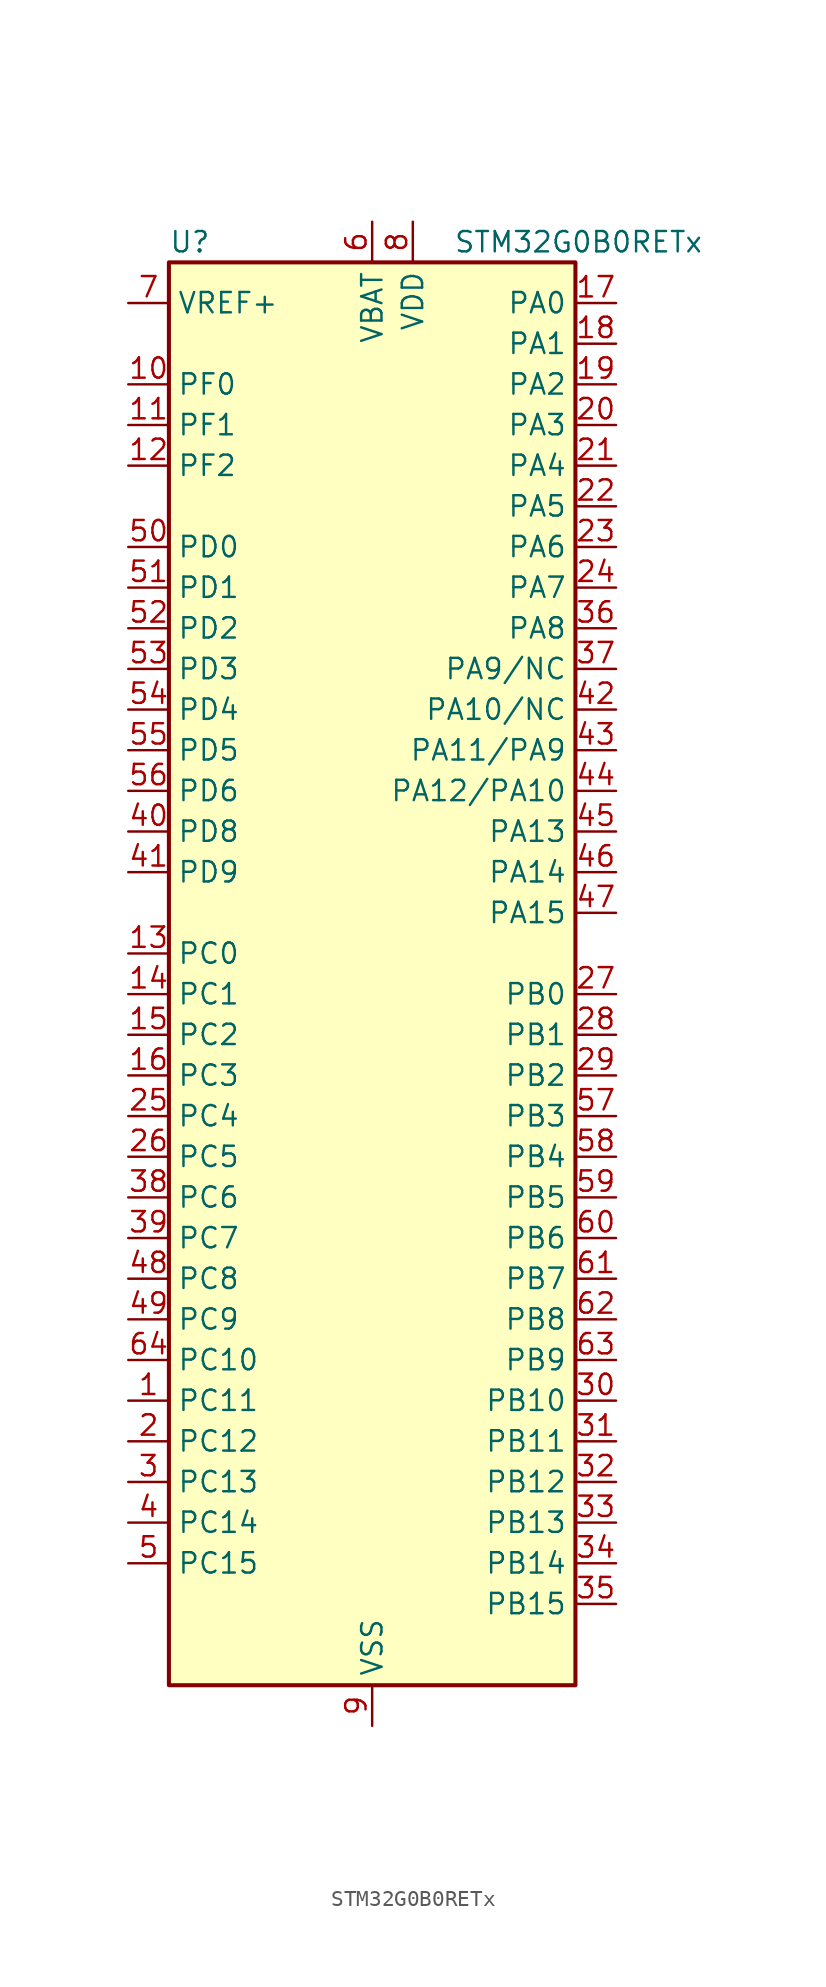
<source format=kicad_sym>
(kicad_symbol_lib
  (version 20211014)
  (generator kicad-library-utils)
  (symbol "STM32G0B0RETx"
    (property "Reference" "U"
      (at -12.7 46.99 0)
      (effects (font (size 1.27 1.27)) (justify left)))
    (property "Value" "STM32G0B0RETx"
      (at 5.08 46.99 0)
      (effects (font (size 1.27 1.27)) (justify left)))
    (property "ki_fp_filters" "LQFP*10x10mm*P0.5mm*"
      (at 0.0 0.0 0.0)
      (effects (font (size 1.27 1.27))))
    (symbol "STM32G0B0RETx_0_1"
      (rectangle (start -12.7 -43.18) (end 12.7 45.72) (stroke (width 0.254)) (fill (type background))))
    (symbol "STM32G0B0RETx_1_1"
      (pin input line (at -15.24 43.18 0) (length 2.54) (name "VREF+" (effects (font (size 1.27 1.27)))) (number "7" (effects (font (size 1.27 1.27)))))
      (pin bidirectional line (at -15.24 38.1 0) (length 2.54) (name "PF0" (effects (font (size 1.27 1.27)))) (number "10" (effects (font (size 1.27 1.27)))) (alternate "CRS1_SYNC" bidirectional line) (alternate "RCC_OSC_IN" bidirectional line) (alternate "TIM14_CH1" bidirectional line))
      (pin bidirectional line (at -15.24 35.56 0) (length 2.54) (name "PF1" (effects (font (size 1.27 1.27)))) (number "11" (effects (font (size 1.27 1.27)))) (alternate "RCC_OSC_EN" bidirectional line) (alternate "RCC_OSC_OUT" bidirectional line) (alternate "TIM15_CH1N" bidirectional line))
      (pin bidirectional line (at -15.24 33.02 0) (length 2.54) (name "PF2" (effects (font (size 1.27 1.27)))) (number "12" (effects (font (size 1.27 1.27)))) (alternate "RCC_MCO" bidirectional line))
      (pin bidirectional line (at -15.24 27.94 0) (length 2.54) (name "PD0" (effects (font (size 1.27 1.27)))) (number "50" (effects (font (size 1.27 1.27)))) (alternate "I2S2_WS" bidirectional line) (alternate "SPI2_NSS" bidirectional line) (alternate "TIM16_CH1" bidirectional line))
      (pin bidirectional line (at -15.24 25.4 0) (length 2.54) (name "PD1" (effects (font (size 1.27 1.27)))) (number "51" (effects (font (size 1.27 1.27)))) (alternate "I2S2_CK" bidirectional line) (alternate "SPI2_SCK" bidirectional line) (alternate "TIM17_CH1" bidirectional line))
      (pin bidirectional line (at -15.24 22.86 0) (length 2.54) (name "PD2" (effects (font (size 1.27 1.27)))) (number "52" (effects (font (size 1.27 1.27)))) (alternate "TIM1_CH1N" bidirectional line) (alternate "TIM3_ETR" bidirectional line) (alternate "USART3_CK" bidirectional line) (alternate "USART3_DE" bidirectional line) (alternate "USART3_RTS" bidirectional line) (alternate "USART5_RX" bidirectional line))
      (pin bidirectional line (at -15.24 20.32 0) (length 2.54) (name "PD3" (effects (font (size 1.27 1.27)))) (number "53" (effects (font (size 1.27 1.27)))) (alternate "I2S2_MCK" bidirectional line) (alternate "SPI2_MISO" bidirectional line) (alternate "TIM1_CH2N" bidirectional line) (alternate "USART2_CTS" bidirectional line) (alternate "USART2_NSS" bidirectional line) (alternate "USART5_TX" bidirectional line))
      (pin bidirectional line (at -15.24 17.78 0) (length 2.54) (name "PD4" (effects (font (size 1.27 1.27)))) (number "54" (effects (font (size 1.27 1.27)))) (alternate "I2S2_SD" bidirectional line) (alternate "SPI2_MOSI" bidirectional line) (alternate "TIM1_CH3N" bidirectional line) (alternate "USART2_CK" bidirectional line) (alternate "USART2_DE" bidirectional line) (alternate "USART2_RTS" bidirectional line) (alternate "USART5_CK" bidirectional line) (alternate "USART5_DE" bidirectional line) (alternate "USART5_RTS" bidirectional line))
      (pin bidirectional line (at -15.24 15.24 0) (length 2.54) (name "PD5" (effects (font (size 1.27 1.27)))) (number "55" (effects (font (size 1.27 1.27)))) (alternate "I2S1_MCK" bidirectional line) (alternate "SPI1_MISO" bidirectional line) (alternate "TIM1_BK" bidirectional line) (alternate "USART2_TX" bidirectional line) (alternate "USART5_CTS" bidirectional line) (alternate "USART5_NSS" bidirectional line))
      (pin bidirectional line (at -15.24 12.7 0) (length 2.54) (name "PD6" (effects (font (size 1.27 1.27)))) (number "56" (effects (font (size 1.27 1.27)))) (alternate "I2S1_SD" bidirectional line) (alternate "SPI1_MOSI" bidirectional line) (alternate "USART2_RX" bidirectional line))
      (pin bidirectional line (at -15.24 10.16 0) (length 2.54) (name "PD8" (effects (font (size 1.27 1.27)))) (number "40" (effects (font (size 1.27 1.27)))) (alternate "I2S1_CK" bidirectional line) (alternate "SPI1_SCK" bidirectional line) (alternate "USART3_TX" bidirectional line))
      (pin bidirectional line (at -15.24 7.62 0) (length 2.54) (name "PD9" (effects (font (size 1.27 1.27)))) (number "41" (effects (font (size 1.27 1.27)))) (alternate "I2S1_WS" bidirectional line) (alternate "SPI1_NSS" bidirectional line) (alternate "TIM1_BK2" bidirectional line) (alternate "USART3_RX" bidirectional line))
      (pin bidirectional line (at -15.24 2.54 0) (length 2.54) (name "PC0" (effects (font (size 1.27 1.27)))) (number "13" (effects (font (size 1.27 1.27)))) (alternate "I2C3_SCL" bidirectional line) (alternate "USART6_TX" bidirectional line))
      (pin bidirectional line (at -15.24 0.0 0) (length 2.54) (name "PC1" (effects (font (size 1.27 1.27)))) (number "14" (effects (font (size 1.27 1.27)))) (alternate "I2C3_SDA" bidirectional line) (alternate "TIM15_CH1" bidirectional line) (alternate "USART6_RX" bidirectional line))
      (pin bidirectional line (at -15.24 -2.54 0) (length 2.54) (name "PC2" (effects (font (size 1.27 1.27)))) (number "15" (effects (font (size 1.27 1.27)))) (alternate "I2S2_MCK" bidirectional line) (alternate "SPI2_MISO" bidirectional line) (alternate "TIM15_CH2" bidirectional line))
      (pin bidirectional line (at -15.24 -5.08 0) (length 2.54) (name "PC3" (effects (font (size 1.27 1.27)))) (number "16" (effects (font (size 1.27 1.27)))) (alternate "I2S2_SD" bidirectional line) (alternate "SPI2_MOSI" bidirectional line))
      (pin bidirectional line (at -15.24 -7.62 0) (length 2.54) (name "PC4" (effects (font (size 1.27 1.27)))) (number "25" (effects (font (size 1.27 1.27)))) (alternate "ADC1_IN17" bidirectional line) (alternate "USART1_TX" bidirectional line) (alternate "USART3_TX" bidirectional line))
      (pin bidirectional line (at -15.24 -10.16 0) (length 2.54) (name "PC5" (effects (font (size 1.27 1.27)))) (number "26" (effects (font (size 1.27 1.27)))) (alternate "ADC1_IN18" bidirectional line) (alternate "SYS_WKUP5" bidirectional line) (alternate "USART1_RX" bidirectional line) (alternate "USART3_RX" bidirectional line))
      (pin bidirectional line (at -15.24 -12.7 0) (length 2.54) (name "PC6" (effects (font (size 1.27 1.27)))) (number "38" (effects (font (size 1.27 1.27)))) (alternate "TIM3_CH1" bidirectional line))
      (pin bidirectional line (at -15.24 -15.24 0) (length 2.54) (name "PC7" (effects (font (size 1.27 1.27)))) (number "39" (effects (font (size 1.27 1.27)))) (alternate "TIM3_CH2" bidirectional line))
      (pin bidirectional line (at -15.24 -17.78 0) (length 2.54) (name "PC8" (effects (font (size 1.27 1.27)))) (number "48" (effects (font (size 1.27 1.27)))) (alternate "TIM1_CH1" bidirectional line) (alternate "TIM3_CH3" bidirectional line))
      (pin bidirectional line (at -15.24 -20.32 0) (length 2.54) (name "PC9" (effects (font (size 1.27 1.27)))) (number "49" (effects (font (size 1.27 1.27)))) (alternate "I2S_CKIN" bidirectional line) (alternate "TIM1_CH2" bidirectional line) (alternate "TIM3_CH4" bidirectional line) (alternate "USB_NOE" bidirectional line))
      (pin bidirectional line (at -15.24 -22.86 0) (length 2.54) (name "PC10" (effects (font (size 1.27 1.27)))) (number "64" (effects (font (size 1.27 1.27)))) (alternate "SPI3_SCK" bidirectional line) (alternate "TIM1_CH3" bidirectional line) (alternate "USART3_TX" bidirectional line) (alternate "USART4_TX" bidirectional line))
      (pin bidirectional line (at -15.24 -25.4 0) (length 2.54) (name "PC11" (effects (font (size 1.27 1.27)))) (number "1" (effects (font (size 1.27 1.27)))) (alternate "ADC1_EXTI11" bidirectional line) (alternate "SPI3_MISO" bidirectional line) (alternate "TIM1_CH4" bidirectional line) (alternate "USART3_RX" bidirectional line) (alternate "USART4_RX" bidirectional line))
      (pin bidirectional line (at -15.24 -27.94 0) (length 2.54) (name "PC12" (effects (font (size 1.27 1.27)))) (number "2" (effects (font (size 1.27 1.27)))) (alternate "SPI3_MOSI" bidirectional line) (alternate "TIM14_CH1" bidirectional line) (alternate "USART5_TX" bidirectional line))
      (pin bidirectional line (at -15.24 -30.48 0) (length 2.54) (name "PC13" (effects (font (size 1.27 1.27)))) (number "3" (effects (font (size 1.27 1.27)))) (alternate "RTC_OUT1" bidirectional line) (alternate "RTC_TAMP_IN1" bidirectional line) (alternate "RTC_TS" bidirectional line) (alternate "SYS_WKUP2" bidirectional line) (alternate "TIM1_BK" bidirectional line))
      (pin bidirectional line (at -15.24 -33.02 0) (length 2.54) (name "PC14" (effects (font (size 1.27 1.27)))) (number "4" (effects (font (size 1.27 1.27)))) (alternate "RCC_OSC32_IN" bidirectional line) (alternate "TIM1_BK2" bidirectional line))
      (pin bidirectional line (at -15.24 -35.56 0) (length 2.54) (name "PC15" (effects (font (size 1.27 1.27)))) (number "5" (effects (font (size 1.27 1.27)))) (alternate "RCC_OSC32_EN" bidirectional line) (alternate "RCC_OSC32_OUT" bidirectional line) (alternate "RCC_OSC_EN" bidirectional line) (alternate "TIM15_BK" bidirectional line))
      (pin bidirectional line (at 15.24 43.18 180) (length 2.54) (name "PA0" (effects (font (size 1.27 1.27)))) (number "17" (effects (font (size 1.27 1.27)))) (alternate "ADC1_IN0" bidirectional line) (alternate "I2S2_CK" bidirectional line) (alternate "RTC_TAMP_IN2" bidirectional line) (alternate "SPI2_SCK" bidirectional line) (alternate "SYS_WKUP1" bidirectional line) (alternate "USART2_CTS" bidirectional line) (alternate "USART2_NSS" bidirectional line) (alternate "USART4_TX" bidirectional line))
      (pin bidirectional line (at 15.24 40.64 180) (length 2.54) (name "PA1" (effects (font (size 1.27 1.27)))) (number "18" (effects (font (size 1.27 1.27)))) (alternate "ADC1_IN1" bidirectional line) (alternate "I2C1_SMBA" bidirectional line) (alternate "I2S1_CK" bidirectional line) (alternate "SPI1_SCK" bidirectional line) (alternate "TIM15_CH1N" bidirectional line) (alternate "USART2_CK" bidirectional line) (alternate "USART2_DE" bidirectional line) (alternate "USART2_RTS" bidirectional line) (alternate "USART4_RX" bidirectional line))
      (pin bidirectional line (at 15.24 38.1 180) (length 2.54) (name "PA2" (effects (font (size 1.27 1.27)))) (number "19" (effects (font (size 1.27 1.27)))) (alternate "ADC1_IN2" bidirectional line) (alternate "I2S1_SD" bidirectional line) (alternate "RCC_LSCO" bidirectional line) (alternate "SPI1_MOSI" bidirectional line) (alternate "SYS_WKUP4" bidirectional line) (alternate "TIM15_CH1" bidirectional line) (alternate "USART2_TX" bidirectional line))
      (pin bidirectional line (at 15.24 35.56 180) (length 2.54) (name "PA3" (effects (font (size 1.27 1.27)))) (number "20" (effects (font (size 1.27 1.27)))) (alternate "ADC1_IN3" bidirectional line) (alternate "I2S2_MCK" bidirectional line) (alternate "SPI2_MISO" bidirectional line) (alternate "TIM15_CH2" bidirectional line) (alternate "USART2_RX" bidirectional line))
      (pin bidirectional line (at 15.24 33.02 180) (length 2.54) (name "PA4" (effects (font (size 1.27 1.27)))) (number "21" (effects (font (size 1.27 1.27)))) (alternate "ADC1_IN4" bidirectional line) (alternate "I2S1_WS" bidirectional line) (alternate "I2S2_SD" bidirectional line) (alternate "RTC_OUT2" bidirectional line) (alternate "SPI1_NSS" bidirectional line) (alternate "SPI2_MOSI" bidirectional line) (alternate "SPI3_NSS" bidirectional line) (alternate "TIM14_CH1" bidirectional line) (alternate "USART6_TX" bidirectional line) (alternate "USB_NOE" bidirectional line))
      (pin bidirectional line (at 15.24 30.48 180) (length 2.54) (name "PA5" (effects (font (size 1.27 1.27)))) (number "22" (effects (font (size 1.27 1.27)))) (alternate "ADC1_IN5" bidirectional line) (alternate "I2S1_CK" bidirectional line) (alternate "SPI1_SCK" bidirectional line) (alternate "USART3_TX" bidirectional line) (alternate "USART6_RX" bidirectional line))
      (pin bidirectional line (at 15.24 27.94 180) (length 2.54) (name "PA6" (effects (font (size 1.27 1.27)))) (number "23" (effects (font (size 1.27 1.27)))) (alternate "ADC1_IN6" bidirectional line) (alternate "I2C2_SDA" bidirectional line) (alternate "I2C3_SDA" bidirectional line) (alternate "I2S1_MCK" bidirectional line) (alternate "SPI1_MISO" bidirectional line) (alternate "TIM16_CH1" bidirectional line) (alternate "TIM1_BK" bidirectional line) (alternate "TIM3_CH1" bidirectional line) (alternate "USART3_CTS" bidirectional line) (alternate "USART3_NSS" bidirectional line) (alternate "USART6_CTS" bidirectional line) (alternate "USART6_NSS" bidirectional line))
      (pin bidirectional line (at 15.24 25.4 180) (length 2.54) (name "PA7" (effects (font (size 1.27 1.27)))) (number "24" (effects (font (size 1.27 1.27)))) (alternate "ADC1_IN7" bidirectional line) (alternate "I2C2_SCL" bidirectional line) (alternate "I2C3_SCL" bidirectional line) (alternate "I2S1_SD" bidirectional line) (alternate "SPI1_MOSI" bidirectional line) (alternate "TIM14_CH1" bidirectional line) (alternate "TIM17_CH1" bidirectional line) (alternate "TIM1_CH1N" bidirectional line) (alternate "TIM3_CH2" bidirectional line) (alternate "USART6_CK" bidirectional line) (alternate "USART6_DE" bidirectional line) (alternate "USART6_RTS" bidirectional line))
      (pin bidirectional line (at 15.24 22.86 180) (length 2.54) (name "PA8" (effects (font (size 1.27 1.27)))) (number "36" (effects (font (size 1.27 1.27)))) (alternate "CRS1_SYNC" bidirectional line) (alternate "I2C2_SMBA" bidirectional line) (alternate "I2S2_WS" bidirectional line) (alternate "RCC_MCO" bidirectional line) (alternate "SPI2_NSS" bidirectional line) (alternate "TIM1_CH1" bidirectional line))
      (pin bidirectional line (at 15.24 20.32 180) (length 2.54) (name "PA9/NC" (effects (font (size 1.27 1.27)))) (number "37" (effects (font (size 1.27 1.27)))) (alternate "I2C1_SCL" bidirectional line) (alternate "I2C2_SCL" bidirectional line) (alternate "I2S2_MCK" bidirectional line) (alternate "RCC_MCO" bidirectional line) (alternate "SPI2_MISO" bidirectional line) (alternate "TIM15_BK" bidirectional line) (alternate "TIM1_CH2" bidirectional line) (alternate "USART1_TX" bidirectional line))
      (pin bidirectional line (at 15.24 17.78 180) (length 2.54) (name "PA10/NC" (effects (font (size 1.27 1.27)))) (number "42" (effects (font (size 1.27 1.27)))) (alternate "I2C1_SDA" bidirectional line) (alternate "I2C2_SDA" bidirectional line) (alternate "I2S2_SD" bidirectional line) (alternate "RCC_MCO_2" bidirectional line) (alternate "SPI2_MOSI" bidirectional line) (alternate "TIM17_BK" bidirectional line) (alternate "TIM1_CH3" bidirectional line) (alternate "USART1_RX" bidirectional line))
      (pin bidirectional line (at 15.24 15.24 180) (length 2.54) (name "PA11/PA9" (effects (font (size 1.27 1.27)))) (number "43" (effects (font (size 1.27 1.27)))) (alternate "ADC1_EXTI11" bidirectional line) (alternate "I2C2_SCL" bidirectional line) (alternate "I2S1_MCK" bidirectional line) (alternate "SPI1_MISO" bidirectional line) (alternate "TIM1_BK2" bidirectional line) (alternate "TIM1_CH4" bidirectional line) (alternate "USART1_CTS" bidirectional line) (alternate "USART1_NSS" bidirectional line) (alternate "USB_DM" bidirectional line))
      (pin bidirectional line (at 15.24 12.7 180) (length 2.54) (name "PA12/PA10" (effects (font (size 1.27 1.27)))) (number "44" (effects (font (size 1.27 1.27)))) (alternate "I2C2_SDA" bidirectional line) (alternate "I2S1_SD" bidirectional line) (alternate "I2S_CKIN" bidirectional line) (alternate "SPI1_MOSI" bidirectional line) (alternate "TIM1_ETR" bidirectional line) (alternate "USART1_CK" bidirectional line) (alternate "USART1_DE" bidirectional line) (alternate "USART1_RTS" bidirectional line) (alternate "USB_DP" bidirectional line))
      (pin bidirectional line (at 15.24 10.16 180) (length 2.54) (name "PA13" (effects (font (size 1.27 1.27)))) (number "45" (effects (font (size 1.27 1.27)))) (alternate "IR_OUT" bidirectional line) (alternate "SYS_SWDIO" bidirectional line) (alternate "USB_NOE" bidirectional line))
      (pin bidirectional line (at 15.24 7.62 180) (length 2.54) (name "PA14" (effects (font (size 1.27 1.27)))) (number "46" (effects (font (size 1.27 1.27)))) (alternate "SYS_SWCLK" bidirectional line) (alternate "USART2_TX" bidirectional line))
      (pin bidirectional line (at 15.24 5.08 180) (length 2.54) (name "PA15" (effects (font (size 1.27 1.27)))) (number "47" (effects (font (size 1.27 1.27)))) (alternate "I2C2_SMBA" bidirectional line) (alternate "I2S1_WS" bidirectional line) (alternate "RCC_MCO_2" bidirectional line) (alternate "SPI1_NSS" bidirectional line) (alternate "SPI3_NSS" bidirectional line) (alternate "USART2_RX" bidirectional line) (alternate "USART3_CK" bidirectional line) (alternate "USART3_DE" bidirectional line) (alternate "USART3_RTS" bidirectional line) (alternate "USART4_CK" bidirectional line) (alternate "USART4_DE" bidirectional line) (alternate "USART4_RTS" bidirectional line) (alternate "USB_NOE" bidirectional line))
      (pin bidirectional line (at 15.24 0.0 180) (length 2.54) (name "PB0" (effects (font (size 1.27 1.27)))) (number "27" (effects (font (size 1.27 1.27)))) (alternate "ADC1_IN8" bidirectional line) (alternate "I2S1_WS" bidirectional line) (alternate "SPI1_NSS" bidirectional line) (alternate "TIM1_CH2N" bidirectional line) (alternate "TIM3_CH3" bidirectional line) (alternate "USART3_RX" bidirectional line) (alternate "USART5_TX" bidirectional line))
      (pin bidirectional line (at 15.24 -2.54 180) (length 2.54) (name "PB1" (effects (font (size 1.27 1.27)))) (number "28" (effects (font (size 1.27 1.27)))) (alternate "ADC1_IN9" bidirectional line) (alternate "TIM14_CH1" bidirectional line) (alternate "TIM1_CH3N" bidirectional line) (alternate "TIM3_CH4" bidirectional line) (alternate "USART3_CK" bidirectional line) (alternate "USART3_DE" bidirectional line) (alternate "USART3_RTS" bidirectional line) (alternate "USART5_RX" bidirectional line))
      (pin bidirectional line (at 15.24 -5.08 180) (length 2.54) (name "PB2" (effects (font (size 1.27 1.27)))) (number "29" (effects (font (size 1.27 1.27)))) (alternate "ADC1_IN10" bidirectional line) (alternate "I2S2_MCK" bidirectional line) (alternate "RCC_MCO_2" bidirectional line) (alternate "SPI2_MISO" bidirectional line) (alternate "USART3_TX" bidirectional line))
      (pin bidirectional line (at 15.24 -7.62 180) (length 2.54) (name "PB3" (effects (font (size 1.27 1.27)))) (number "57" (effects (font (size 1.27 1.27)))) (alternate "I2C2_SCL" bidirectional line) (alternate "I2C3_SCL" bidirectional line) (alternate "I2S1_CK" bidirectional line) (alternate "SPI1_SCK" bidirectional line) (alternate "SPI3_SCK" bidirectional line) (alternate "TIM1_CH2" bidirectional line) (alternate "USART1_CK" bidirectional line) (alternate "USART1_DE" bidirectional line) (alternate "USART1_RTS" bidirectional line) (alternate "USART5_TX" bidirectional line))
      (pin bidirectional line (at 15.24 -10.16 180) (length 2.54) (name "PB4" (effects (font (size 1.27 1.27)))) (number "58" (effects (font (size 1.27 1.27)))) (alternate "I2C2_SDA" bidirectional line) (alternate "I2C3_SDA" bidirectional line) (alternate "I2S1_MCK" bidirectional line) (alternate "SPI1_MISO" bidirectional line) (alternate "SPI3_MISO" bidirectional line) (alternate "TIM17_BK" bidirectional line) (alternate "TIM3_CH1" bidirectional line) (alternate "USART1_CTS" bidirectional line) (alternate "USART1_NSS" bidirectional line) (alternate "USART5_RX" bidirectional line))
      (pin bidirectional line (at 15.24 -12.7 180) (length 2.54) (name "PB5" (effects (font (size 1.27 1.27)))) (number "59" (effects (font (size 1.27 1.27)))) (alternate "I2C1_SMBA" bidirectional line) (alternate "I2S1_SD" bidirectional line) (alternate "SPI1_MOSI" bidirectional line) (alternate "SPI3_MOSI" bidirectional line) (alternate "SYS_WKUP6" bidirectional line) (alternate "TIM16_BK" bidirectional line) (alternate "TIM3_CH2" bidirectional line) (alternate "USART5_CK" bidirectional line) (alternate "USART5_DE" bidirectional line) (alternate "USART5_RTS" bidirectional line))
      (pin bidirectional line (at 15.24 -15.24 180) (length 2.54) (name "PB6" (effects (font (size 1.27 1.27)))) (number "60" (effects (font (size 1.27 1.27)))) (alternate "I2C1_SCL" bidirectional line) (alternate "I2S2_MCK" bidirectional line) (alternate "SPI2_MISO" bidirectional line) (alternate "TIM16_CH1N" bidirectional line) (alternate "TIM1_CH3" bidirectional line) (alternate "TIM4_CH1" bidirectional line) (alternate "USART1_TX" bidirectional line) (alternate "USART5_CTS" bidirectional line) (alternate "USART5_NSS" bidirectional line))
      (pin bidirectional line (at 15.24 -17.78 180) (length 2.54) (name "PB7" (effects (font (size 1.27 1.27)))) (number "61" (effects (font (size 1.27 1.27)))) (alternate "I2C1_SDA" bidirectional line) (alternate "I2S2_SD" bidirectional line) (alternate "SPI2_MOSI" bidirectional line) (alternate "TIM17_CH1N" bidirectional line) (alternate "TIM4_CH2" bidirectional line) (alternate "USART1_RX" bidirectional line) (alternate "USART4_CTS" bidirectional line) (alternate "USART4_NSS" bidirectional line))
      (pin bidirectional line (at 15.24 -20.32 180) (length 2.54) (name "PB8" (effects (font (size 1.27 1.27)))) (number "62" (effects (font (size 1.27 1.27)))) (alternate "I2C1_SCL" bidirectional line) (alternate "I2S2_CK" bidirectional line) (alternate "SPI2_SCK" bidirectional line) (alternate "TIM15_BK" bidirectional line) (alternate "TIM16_CH1" bidirectional line) (alternate "TIM4_CH3" bidirectional line) (alternate "USART3_TX" bidirectional line) (alternate "USART6_TX" bidirectional line))
      (pin bidirectional line (at 15.24 -22.86 180) (length 2.54) (name "PB9" (effects (font (size 1.27 1.27)))) (number "63" (effects (font (size 1.27 1.27)))) (alternate "I2C1_SDA" bidirectional line) (alternate "I2S2_WS" bidirectional line) (alternate "IR_OUT" bidirectional line) (alternate "SPI2_NSS" bidirectional line) (alternate "TIM17_CH1" bidirectional line) (alternate "TIM4_CH4" bidirectional line) (alternate "USART3_RX" bidirectional line) (alternate "USART6_RX" bidirectional line))
      (pin bidirectional line (at 15.24 -25.4 180) (length 2.54) (name "PB10" (effects (font (size 1.27 1.27)))) (number "30" (effects (font (size 1.27 1.27)))) (alternate "ADC1_IN11" bidirectional line) (alternate "I2C2_SCL" bidirectional line) (alternate "I2S2_CK" bidirectional line) (alternate "SPI2_SCK" bidirectional line) (alternate "USART3_TX" bidirectional line))
      (pin bidirectional line (at 15.24 -27.94 180) (length 2.54) (name "PB11" (effects (font (size 1.27 1.27)))) (number "31" (effects (font (size 1.27 1.27)))) (alternate "ADC1_EXTI11" bidirectional line) (alternate "ADC1_IN15" bidirectional line) (alternate "I2C2_SDA" bidirectional line) (alternate "I2S2_SD" bidirectional line) (alternate "SPI2_MOSI" bidirectional line) (alternate "USART3_RX" bidirectional line))
      (pin bidirectional line (at 15.24 -30.48 180) (length 2.54) (name "PB12" (effects (font (size 1.27 1.27)))) (number "32" (effects (font (size 1.27 1.27)))) (alternate "ADC1_IN16" bidirectional line) (alternate "I2C2_SMBA" bidirectional line) (alternate "I2S2_WS" bidirectional line) (alternate "SPI2_NSS" bidirectional line) (alternate "TIM15_BK" bidirectional line) (alternate "TIM1_BK" bidirectional line))
      (pin bidirectional line (at 15.24 -33.02 180) (length 2.54) (name "PB13" (effects (font (size 1.27 1.27)))) (number "33" (effects (font (size 1.27 1.27)))) (alternate "I2C2_SCL" bidirectional line) (alternate "I2S2_CK" bidirectional line) (alternate "SPI2_SCK" bidirectional line) (alternate "TIM15_CH1N" bidirectional line) (alternate "TIM1_CH1N" bidirectional line) (alternate "USART3_CTS" bidirectional line) (alternate "USART3_NSS" bidirectional line))
      (pin bidirectional line (at 15.24 -35.56 180) (length 2.54) (name "PB14" (effects (font (size 1.27 1.27)))) (number "34" (effects (font (size 1.27 1.27)))) (alternate "I2C2_SDA" bidirectional line) (alternate "I2S2_MCK" bidirectional line) (alternate "SPI2_MISO" bidirectional line) (alternate "TIM15_CH1" bidirectional line) (alternate "TIM1_CH2N" bidirectional line) (alternate "USART3_CK" bidirectional line) (alternate "USART3_DE" bidirectional line) (alternate "USART3_RTS" bidirectional line) (alternate "USART6_CK" bidirectional line) (alternate "USART6_DE" bidirectional line) (alternate "USART6_RTS" bidirectional line))
      (pin bidirectional line (at 15.24 -38.1 180) (length 2.54) (name "PB15" (effects (font (size 1.27 1.27)))) (number "35" (effects (font (size 1.27 1.27)))) (alternate "I2S2_SD" bidirectional line) (alternate "RTC_REFIN" bidirectional line) (alternate "SPI2_MOSI" bidirectional line) (alternate "TIM15_CH1N" bidirectional line) (alternate "TIM15_CH2" bidirectional line) (alternate "TIM1_CH3N" bidirectional line) (alternate "USART6_CTS" bidirectional line) (alternate "USART6_NSS" bidirectional line))
      (pin power_in line (at 0.0 48.26 270) (length 2.54) (name "VBAT" (effects (font (size 1.27 1.27)))) (number "6" (effects (font (size 1.27 1.27)))))
      (pin power_in line (at 2.54 48.26 270) (length 2.54) (name "VDD" (effects (font (size 1.27 1.27)))) (number "8" (effects (font (size 1.27 1.27)))))
      (pin power_in line (at 0.0 -45.72 90) (length 2.54) (name "VSS" (effects (font (size 1.27 1.27)))) (number "9" (effects (font (size 1.27 1.27))))))))
</source>
